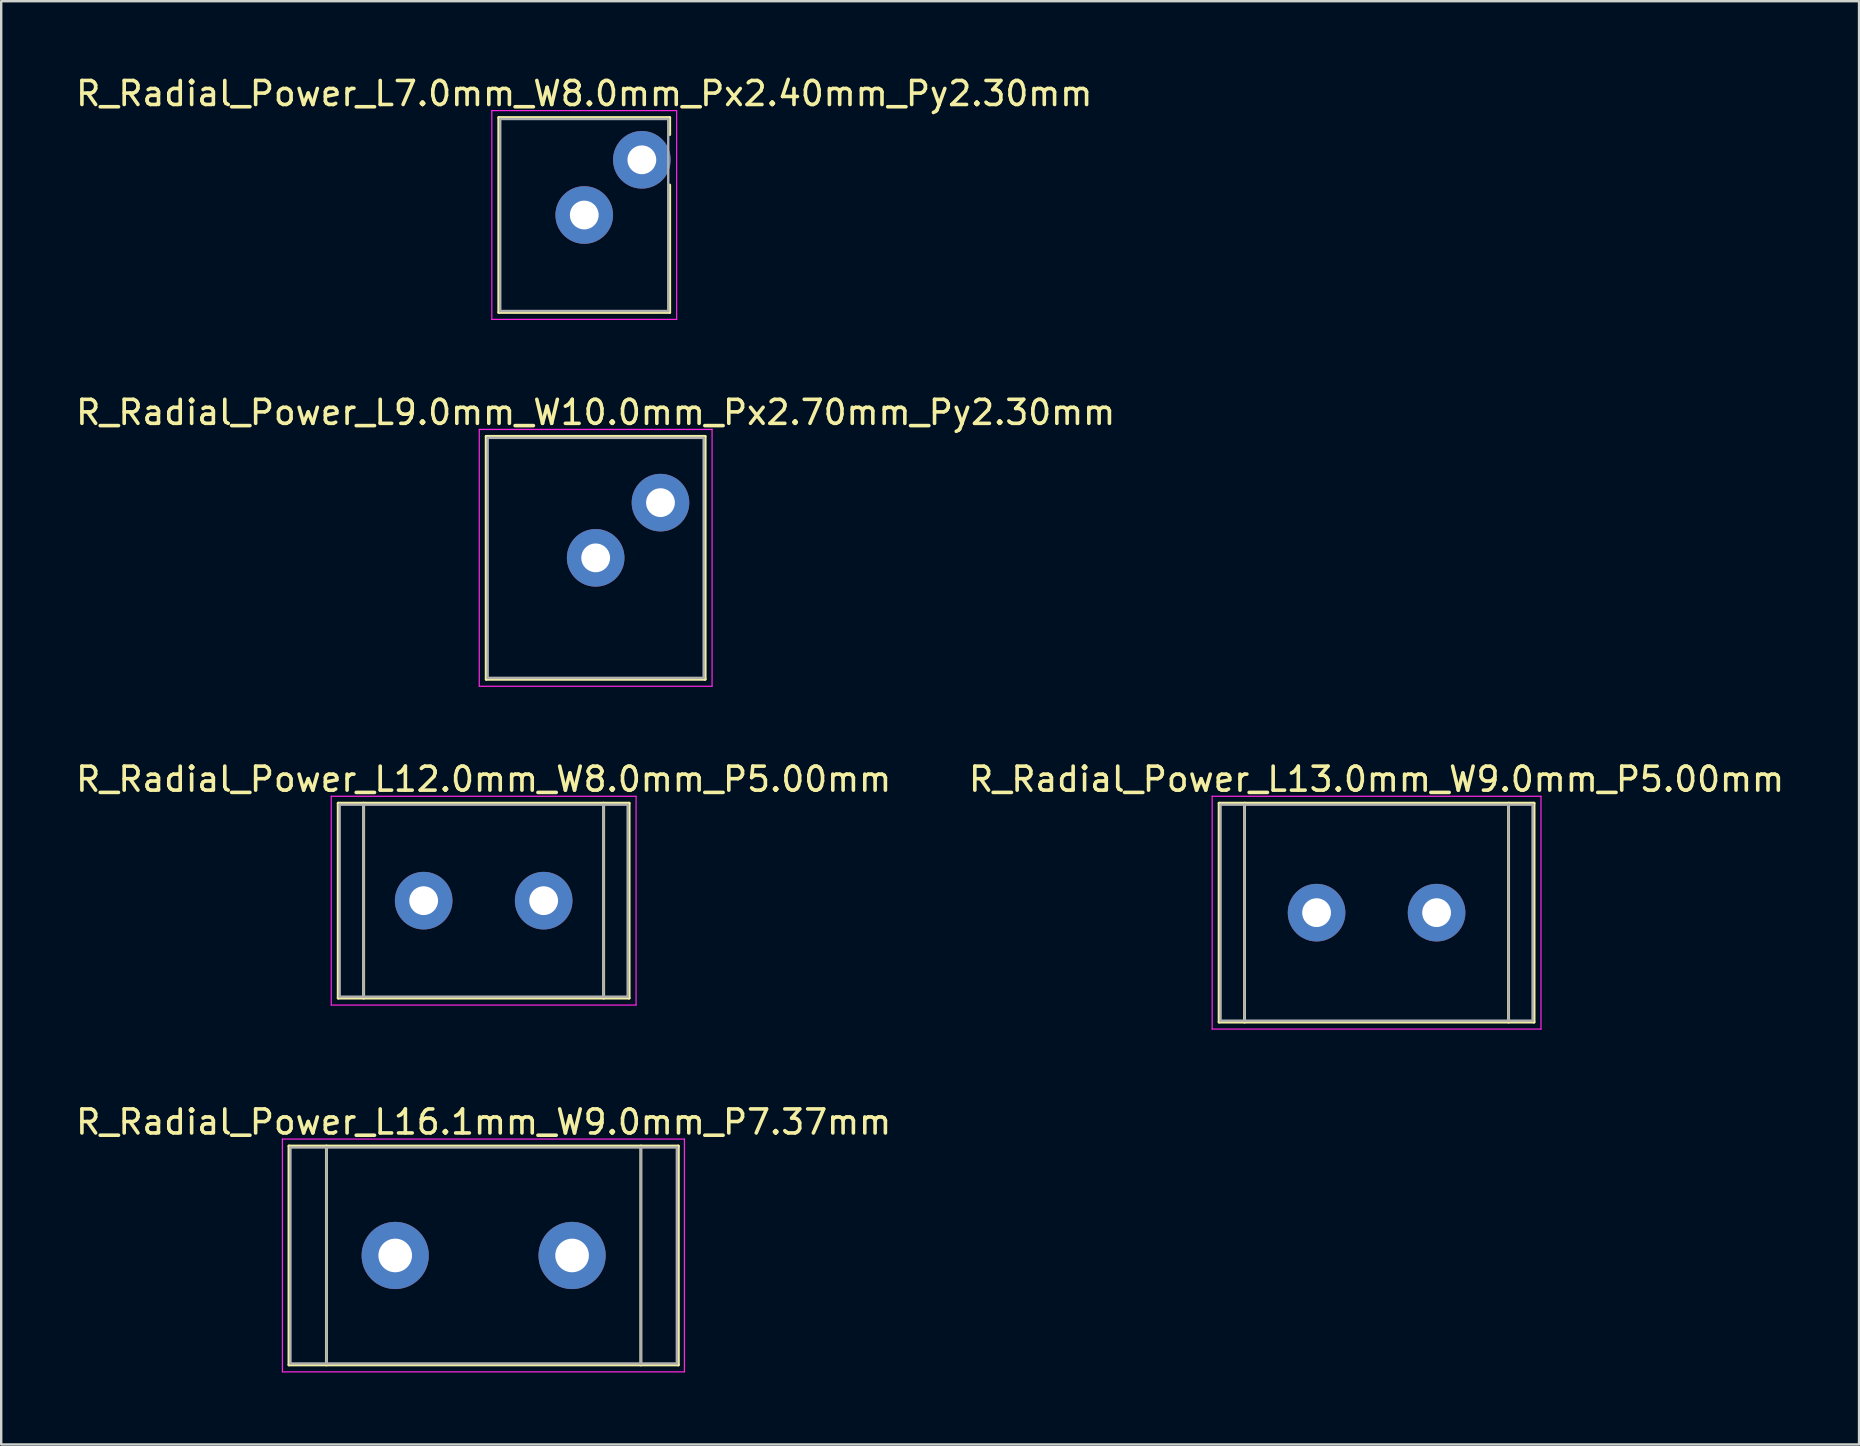
<source format=kicad_pcb>
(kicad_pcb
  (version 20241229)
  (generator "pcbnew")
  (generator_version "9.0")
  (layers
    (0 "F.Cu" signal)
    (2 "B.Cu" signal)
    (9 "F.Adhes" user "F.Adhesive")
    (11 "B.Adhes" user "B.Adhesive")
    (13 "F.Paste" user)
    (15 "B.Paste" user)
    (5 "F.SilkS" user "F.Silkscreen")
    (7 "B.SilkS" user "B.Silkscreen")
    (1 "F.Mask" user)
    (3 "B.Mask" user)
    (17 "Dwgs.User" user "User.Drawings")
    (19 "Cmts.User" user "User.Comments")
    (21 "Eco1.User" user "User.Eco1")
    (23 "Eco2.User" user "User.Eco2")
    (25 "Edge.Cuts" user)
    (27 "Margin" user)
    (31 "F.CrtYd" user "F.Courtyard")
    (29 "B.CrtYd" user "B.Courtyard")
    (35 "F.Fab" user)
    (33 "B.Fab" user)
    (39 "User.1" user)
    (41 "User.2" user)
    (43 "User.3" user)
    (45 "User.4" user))
  (footprint "R_Radial_Power_L16.1mm_W9.0mm_P7.37mm"
    (layer "F.Cu")
    (at 13.416 49.258)
    (property "Reference" "R_Radial_Power_L16.1mm_W9.0mm_P7.37mm" (at 3.685 -5.56 0) (layer "F.SilkS") (effects (font (size 1 1) (thickness 0.15))))
    (attr through_hole)
    (fp_line (start -4.426 -4.56) (end -4.426 4.56) (stroke (width 0.12) (type solid)) (layer "F.SilkS"))
    (fp_line (start -4.426 -4.56) (end 11.796 -4.56) (stroke (width 0.12) (type solid)) (layer "F.SilkS"))
    (fp_line (start -4.426 4.56) (end 11.796 4.56) (stroke (width 0.12) (type solid)) (layer "F.SilkS"))
    (fp_line (start -2.866 -4.56) (end -2.866 4.56) (stroke (width 0.12) (type solid)) (layer "F.SilkS"))
    (fp_line (start 10.236 -4.56) (end 10.236 4.56) (stroke (width 0.12) (type solid)) (layer "F.SilkS"))
    (fp_line (start 11.796 -4.56) (end 11.796 4.56) (stroke (width 0.12) (type solid)) (layer "F.SilkS"))
    (fp_line (start -4.7 -4.85) (end -4.7 4.85) (stroke (width 0.05) (type solid)) (layer "F.CrtYd"))
    (fp_line (start -4.7 4.85) (end 12.05 4.85) (stroke (width 0.05) (type solid)) (layer "F.CrtYd"))
    (fp_line (start 12.05 -4.85) (end -4.7 -4.85) (stroke (width 0.05) (type solid)) (layer "F.CrtYd"))
    (fp_line (start 12.05 4.85) (end 12.05 -4.85) (stroke (width 0.05) (type solid)) (layer "F.CrtYd"))
    (fp_line (start -4.365 -4.5) (end -4.365 4.5) (stroke (width 0.1) (type solid)) (layer "F.Fab"))
    (fp_line (start -4.365 4.5) (end 11.735 4.5) (stroke (width 0.1) (type solid)) (layer "F.Fab"))
    (fp_line (start -2.865 -4.5) (end -2.865 4.5) (stroke (width 0.1) (type solid)) (layer "F.Fab"))
    (fp_line (start 10.235 -4.5) (end 10.235 4.5) (stroke (width 0.1) (type solid)) (layer "F.Fab"))
    (fp_line (start 11.735 -4.5) (end -4.365 -4.5) (stroke (width 0.1) (type solid)) (layer "F.Fab"))
    (fp_line (start 11.735 4.5) (end 11.735 -4.5) (stroke (width 0.1) (type solid)) (layer "F.Fab"))
    (pad "1" thru_hole circle (at 0 0) (size 2.8 2.8) (drill 1.4) (layers "*.Cu" "*.Mask"))
    (pad "2" thru_hole circle (at 7.37 0) (size 2.8 2.8) (drill 1.4) (layers "*.Cu" "*.Mask")))
  (footprint "R_Radial_Power_L13.0mm_W9.0mm_P5.00mm"
    (layer "F.Cu")
    (at 51.804 34.975)
    (property "Reference" "R_Radial_Power_L13.0mm_W9.0mm_P5.00mm" (at 2.5 -5.56 0) (layer "F.SilkS") (effects (font (size 1 1) (thickness 0.15))))
    (attr through_hole)
    (fp_line (start -4.06 -4.56) (end -4.06 4.56) (stroke (width 0.12) (type solid)) (layer "F.SilkS"))
    (fp_line (start -4.06 -4.56) (end 9.06 -4.56) (stroke (width 0.12) (type solid)) (layer "F.SilkS"))
    (fp_line (start -4.06 4.56) (end 9.06 4.56) (stroke (width 0.12) (type solid)) (layer "F.SilkS"))
    (fp_line (start -3 -4.56) (end -3 4.56) (stroke (width 0.12) (type solid)) (layer "F.SilkS"))
    (fp_line (start 8 -4.56) (end 8 4.56) (stroke (width 0.12) (type solid)) (layer "F.SilkS"))
    (fp_line (start 9.06 -4.56) (end 9.06 4.56) (stroke (width 0.12) (type solid)) (layer "F.SilkS"))
    (fp_line (start -4.35 -4.85) (end -4.35 4.85) (stroke (width 0.05) (type solid)) (layer "F.CrtYd"))
    (fp_line (start -4.35 4.85) (end 9.35 4.85) (stroke (width 0.05) (type solid)) (layer "F.CrtYd"))
    (fp_line (start 9.35 -4.85) (end -4.35 -4.85) (stroke (width 0.05) (type solid)) (layer "F.CrtYd"))
    (fp_line (start 9.35 4.85) (end 9.35 -4.85) (stroke (width 0.05) (type solid)) (layer "F.CrtYd"))
    (fp_line (start -4 -4.5) (end -4 4.5) (stroke (width 0.1) (type solid)) (layer "F.Fab"))
    (fp_line (start -4 4.5) (end 9 4.5) (stroke (width 0.1) (type solid)) (layer "F.Fab"))
    (fp_line (start -3 -4.5) (end -3 4.5) (stroke (width 0.1) (type solid)) (layer "F.Fab"))
    (fp_line (start 8 -4.5) (end 8 4.5) (stroke (width 0.1) (type solid)) (layer "F.Fab"))
    (fp_line (start 9 -4.5) (end -4 -4.5) (stroke (width 0.1) (type solid)) (layer "F.Fab"))
    (fp_line (start 9 4.5) (end 9 -4.5) (stroke (width 0.1) (type solid)) (layer "F.Fab"))
    (pad "1" thru_hole circle (at 0 0) (size 2.4 2.4) (drill 1.2) (layers "*.Cu" "*.Mask"))
    (pad "2" thru_hole circle (at 5 0) (size 2.4 2.4) (drill 1.2) (layers "*.Cu" "*.Mask")))
  (footprint "R_Radial_Power_L9.0mm_W10.0mm_Px2.70mm_Py2.30mm"
    (layer "F.Cu")
    (at 21.768 20.192)
    (property "Reference" "R_Radial_Power_L9.0mm_W10.0mm_Px2.70mm_Py2.30mm" (at 0 -6.06 0) (layer "F.SilkS") (effects (font (size 1 1) (thickness 0.15))))
    (attr through_hole)
    (fp_line (start -4.56 -5.06) (end -4.56 5.06) (stroke (width 0.12) (type solid)) (layer "F.SilkS"))
    (fp_line (start -4.56 -5.06) (end 4.56 -5.06) (stroke (width 0.12) (type solid)) (layer "F.SilkS"))
    (fp_line (start -4.56 5.06) (end 4.56 5.06) (stroke (width 0.12) (type solid)) (layer "F.SilkS"))
    (fp_line (start 4.56 -5.06) (end 4.56 5.06) (stroke (width 0.12) (type solid)) (layer "F.SilkS"))
    (fp_line (start -4.85 -5.35) (end -4.85 5.35) (stroke (width 0.05) (type solid)) (layer "F.CrtYd"))
    (fp_line (start -4.85 5.35) (end 4.85 5.35) (stroke (width 0.05) (type solid)) (layer "F.CrtYd"))
    (fp_line (start 4.85 -5.35) (end -4.85 -5.35) (stroke (width 0.05) (type solid)) (layer "F.CrtYd"))
    (fp_line (start 4.85 5.35) (end 4.85 -5.35) (stroke (width 0.05) (type solid)) (layer "F.CrtYd"))
    (fp_line (start -4.5 -5) (end -4.5 5) (stroke (width 0.1) (type solid)) (layer "F.Fab"))
    (fp_line (start -4.5 5) (end 4.5 5) (stroke (width 0.1) (type solid)) (layer "F.Fab"))
    (fp_line (start 4.5 -5) (end -4.5 -5) (stroke (width 0.1) (type solid)) (layer "F.Fab"))
    (fp_line (start 4.5 5) (end 4.5 -5) (stroke (width 0.1) (type solid)) (layer "F.Fab"))
    (pad "1" thru_hole circle (at 0 0) (size 2.4 2.4) (drill 1.2) (layers "*.Cu" "*.Mask"))
    (pad "2" thru_hole circle (at 2.7 -2.3) (size 2.4 2.4) (drill 1.2) (layers "*.Cu" "*.Mask")))
  (footprint "R_Radial_Power_L7.0mm_W8.0mm_Px2.40mm_Py2.30mm"
    (layer "F.Cu")
    (at 21.292 5.908)
    (property "Reference" "R_Radial_Power_L7.0mm_W8.0mm_Px2.40mm_Py2.30mm" (at 0 -5.06 0) (layer "F.SilkS") (effects (font (size 1 1) (thickness 0.15))))
    (attr through_hole)
    (fp_line (start -3.56 -4.06) (end -3.56 4.06) (stroke (width 0.12) (type solid)) (layer "F.SilkS"))
    (fp_line (start -3.56 -4.06) (end 3.56 -4.06) (stroke (width 0.12) (type solid)) (layer "F.SilkS"))
    (fp_line (start -3.56 4.06) (end 3.56 4.06) (stroke (width 0.12) (type solid)) (layer "F.SilkS"))
    (fp_line (start 3.56 -4.06) (end 3.56 -3.35) (stroke (width 0.12) (type solid)) (layer "F.SilkS"))
    (fp_line (start 3.56 -1.25) (end 3.56 4.06) (stroke (width 0.12) (type solid)) (layer "F.SilkS"))
    (fp_line (start -3.85 -4.35) (end -3.85 4.35) (stroke (width 0.05) (type solid)) (layer "F.CrtYd"))
    (fp_line (start -3.85 4.35) (end 3.85 4.35) (stroke (width 0.05) (type solid)) (layer "F.CrtYd"))
    (fp_line (start 3.85 -4.35) (end -3.85 -4.35) (stroke (width 0.05) (type solid)) (layer "F.CrtYd"))
    (fp_line (start 3.85 4.35) (end 3.85 -4.35) (stroke (width 0.05) (type solid)) (layer "F.CrtYd"))
    (fp_line (start -3.5 -4) (end -3.5 4) (stroke (width 0.1) (type solid)) (layer "F.Fab"))
    (fp_line (start -3.5 4) (end 3.5 4) (stroke (width 0.1) (type solid)) (layer "F.Fab"))
    (fp_line (start 3.5 -4) (end -3.5 -4) (stroke (width 0.1) (type solid)) (layer "F.Fab"))
    (fp_line (start 3.5 4) (end 3.5 -4) (stroke (width 0.1) (type solid)) (layer "F.Fab"))
    (pad "1" thru_hole circle (at 0 0) (size 2.4 2.4) (drill 1.2) (layers "*.Cu" "*.Mask"))
    (pad "2" thru_hole circle (at 2.4 -2.3) (size 2.4 2.4) (drill 1.2) (layers "*.Cu" "*.Mask")))
  (footprint "R_Radial_Power_L12.0mm_W8.0mm_P5.00mm"
    (layer "F.Cu")
    (at 14.601 34.475)
    (property "Reference" "R_Radial_Power_L12.0mm_W8.0mm_P5.00mm" (at 2.5 -5.06 0) (layer "F.SilkS") (effects (font (size 1 1) (thickness 0.15))))
    (attr through_hole)
    (fp_line (start -3.56 -4.06) (end -3.56 4.06) (stroke (width 0.12) (type solid)) (layer "F.SilkS"))
    (fp_line (start -3.56 -4.06) (end 8.56 -4.06) (stroke (width 0.12) (type solid)) (layer "F.SilkS"))
    (fp_line (start -3.56 4.06) (end 8.56 4.06) (stroke (width 0.12) (type solid)) (layer "F.SilkS"))
    (fp_line (start -2.5 -4.06) (end -2.5 4.06) (stroke (width 0.12) (type solid)) (layer "F.SilkS"))
    (fp_line (start 7.5 -4.06) (end 7.5 4.06) (stroke (width 0.12) (type solid)) (layer "F.SilkS"))
    (fp_line (start 8.56 -4.06) (end 8.56 4.06) (stroke (width 0.12) (type solid)) (layer "F.SilkS"))
    (fp_line (start -3.85 -4.35) (end -3.85 4.35) (stroke (width 0.05) (type solid)) (layer "F.CrtYd"))
    (fp_line (start -3.85 4.35) (end 8.85 4.35) (stroke (width 0.05) (type solid)) (layer "F.CrtYd"))
    (fp_line (start 8.85 -4.35) (end -3.85 -4.35) (stroke (width 0.05) (type solid)) (layer "F.CrtYd"))
    (fp_line (start 8.85 4.35) (end 8.85 -4.35) (stroke (width 0.05) (type solid)) (layer "F.CrtYd"))
    (fp_line (start -3.5 -4) (end -3.5 4) (stroke (width 0.1) (type solid)) (layer "F.Fab"))
    (fp_line (start -3.5 4) (end 8.5 4) (stroke (width 0.1) (type solid)) (layer "F.Fab"))
    (fp_line (start -2.5 -4) (end -2.5 4) (stroke (width 0.1) (type solid)) (layer "F.Fab"))
    (fp_line (start 7.5 -4) (end 7.5 4) (stroke (width 0.1) (type solid)) (layer "F.Fab"))
    (fp_line (start 8.5 -4) (end -3.5 -4) (stroke (width 0.1) (type solid)) (layer "F.Fab"))
    (fp_line (start 8.5 4) (end 8.5 -4) (stroke (width 0.1) (type solid)) (layer "F.Fab"))
    (pad "1" thru_hole circle (at 0 0) (size 2.4 2.4) (drill 1.2) (layers "*.Cu" "*.Mask"))
    (pad "2" thru_hole circle (at 5 0) (size 2.4 2.4) (drill 1.2) (layers "*.Cu" "*.Mask")))
  (gr_rect
    (start -3 -3)
    (end 74.405 57.133)
    (stroke (width 0.1) (type default))
    (fill no)
    (layer "Edge.Cuts")))
</source>
